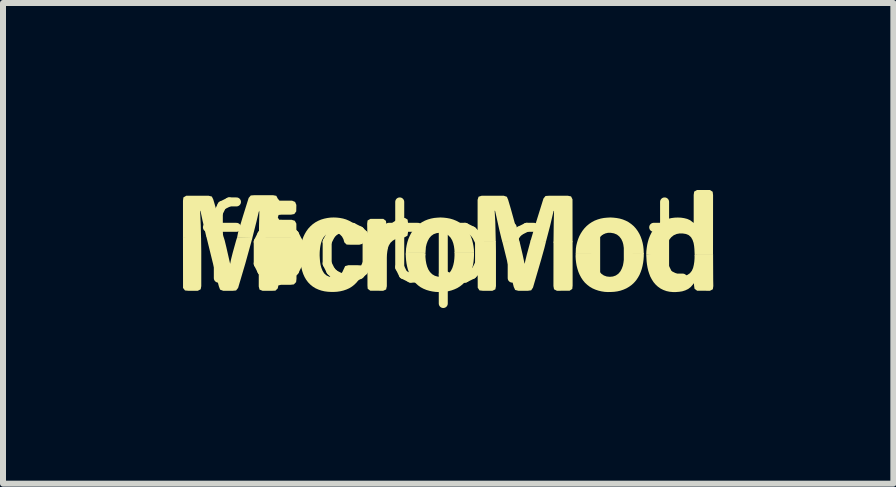
<source format=kicad_pcb>
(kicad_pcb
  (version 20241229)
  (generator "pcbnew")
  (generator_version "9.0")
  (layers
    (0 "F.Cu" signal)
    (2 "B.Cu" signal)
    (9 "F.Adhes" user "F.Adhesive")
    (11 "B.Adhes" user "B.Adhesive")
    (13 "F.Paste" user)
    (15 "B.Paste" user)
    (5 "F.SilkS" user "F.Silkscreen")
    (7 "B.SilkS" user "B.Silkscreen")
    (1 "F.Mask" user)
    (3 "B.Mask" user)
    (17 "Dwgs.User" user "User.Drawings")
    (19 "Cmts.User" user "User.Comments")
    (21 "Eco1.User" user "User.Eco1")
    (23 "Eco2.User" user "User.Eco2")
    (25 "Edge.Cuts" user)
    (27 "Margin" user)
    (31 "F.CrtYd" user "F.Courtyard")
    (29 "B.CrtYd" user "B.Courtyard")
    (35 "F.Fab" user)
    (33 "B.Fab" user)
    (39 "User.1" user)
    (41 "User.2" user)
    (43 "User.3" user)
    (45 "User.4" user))
  (footprint "footprint"
    (layer "F.Cu")
    (at 4.369 1.006)
    (property "Reference" "footprint" (at 0 0 0) (layer "F.SilkS") (effects (font (size 1.27 1.27) (thickness 0.15))))
    (fp_poly (pts (xy 2.126 0.706) (xy 2.12 0.76) (xy 2.076 0.79) (xy 1.864 0.791) (xy 1.816 0.766) (xy 1.806 0.712) (xy 1.807 -0.026) (xy 1.858 -0.033) (xy 2.125 -0.033)) (stroke (width 0) (type solid)) (fill yes) (layer "F.SilkS"))
    (fp_poly (pts (xy -4.067 -0.076) (xy -4.064 0.136) (xy -4.064 0.713) (xy -4.074 0.766) (xy -4.122 0.791) (xy -4.281 0.791) (xy -4.335 0.786) (xy -4.368 0.744) (xy -4.369 -0.101) (xy -4.1 -0.101)) (stroke (width 0) (type solid)) (fill yes) (layer "F.SilkS"))
    (fp_poly (pts (xy 0.577 -0.033) (xy 0.846 -0.033) (xy 0.848 0.131) (xy 0.848 0.714) (xy 0.838 0.767) (xy 0.789 0.791) (xy 0.629 0.791) (xy 0.574 0.785) (xy 0.544 0.74) (xy 0.541 -0.045)) (stroke (width 0) (type solid)) (fill yes) (layer "F.SilkS"))
    (fp_poly (pts (xy -0.963 0.134) (xy -0.969 0.187) (xy -0.971 0.239) (xy -0.971 0.715) (xy -0.983 0.769) (xy -1.032 0.791) (xy -1.247 0.79) (xy -1.29 0.757) (xy -1.294 0.702) (xy -1.294 0.12) (xy -1.279 0.077) (xy -0.952 0.077)) (stroke (width 0) (type solid)) (fill yes) (layer "F.SilkS"))
    (fp_poly (pts (xy -3.065 -0.101) (xy -2.479 -0.101) (xy -2.477 -0.043) (xy -2.477 0.592) (xy -2.483 0.646) (xy -2.521 0.685) (xy -2.576 0.691) (xy -2.734 0.691) (xy -2.779 0.702) (xy -2.789 0.751) (xy -2.828 0.789) (xy -2.883 0.791) (xy -3.043 0.791) (xy -3.093 0.771) (xy -3.106 0.718) (xy -3.104 -0.107)) (stroke (width 0) (type solid)) (fill yes) (layer "F.SilkS"))
    (fp_poly (pts (xy 2.1 -0.782) (xy 2.124 -0.733) (xy 2.125 -0.019) (xy 2.084 -0.022) (xy 1.822 -0.022) (xy 1.807 -0.009) (xy 1.811 -0.335) (xy 1.816 -0.541) (xy 1.809 -0.54) (xy 1.749 -0.286) (xy 1.681 -0.027) (xy 1.628 -0.022) (xy 1.468 -0.022) (xy 1.422 -0.033) (xy 1.514 -0.342) (xy 1.64 -0.747) (xy 1.674 -0.789) (xy 1.729 -0.793) (xy 2.047 -0.793)) (stroke (width 0) (type solid)) (fill yes) (layer "F.SilkS"))
    (fp_poly (pts (xy 1.03 -0.776) (xy 1.051 -0.726) (xy 1.096 -0.574) (xy 1.166 -0.321) (xy 1.243 -0.017) (xy 1.221 -0.023) (xy 0.955 -0.023) (xy 0.94 -0.076) (xy 0.903 -0.229) (xy 0.835 -0.536) (xy 0.826 -0.547) (xy 0.837 -0.354) (xy 0.845 -0.021) (xy 0.797 -0.023) (xy 0.586 -0.023) (xy 0.542 -0.037) (xy 0.542 -0.725) (xy 0.558 -0.777) (xy 0.609 -0.793) (xy 0.979 -0.793)) (stroke (width 0) (type solid)) (fill yes) (layer "F.SilkS"))
    (fp_poly (pts (xy -3.888 -0.78) (xy -3.864 -0.731) (xy -3.834 -0.629) (xy -3.762 -0.373) (xy -3.69 -0.096) (xy -3.728 -0.091) (xy -3.942 -0.091) (xy -3.981 -0.114) (xy -4.042 -0.375) (xy -4.075 -0.53) (xy -4.085 -0.547) (xy -4.08 -0.463) (xy -4.073 -0.304) (xy -4.069 -0.145) (xy -4.067 -0.07) (xy -4.342 -0.091) (xy -4.369 -0.09) (xy -4.369 -0.711) (xy -4.362 -0.765) (xy -4.315 -0.793) (xy -3.941 -0.793)) (stroke (width 0) (type solid)) (fill yes) (layer "F.SilkS"))
    (fp_poly (pts (xy -3.69 -0.101) (xy -3.673 -0.046) (xy -3.648 0.057) (xy -3.583 0.342) (xy -3.566 0.26) (xy -3.54 0.157) (xy -3.483 -0.048) (xy -3.466 -0.101) (xy -3.248 -0.101) (xy -3.215 -0.079) (xy -3.329 0.334) (xy -3.45 0.743) (xy -3.484 0.786) (xy -3.538 0.791) (xy -3.699 0.791) (xy -3.75 0.772) (xy -3.77 0.72) (xy -3.797 0.617) (xy -3.876 0.308) (xy -3.965 -0.054) (xy -3.981 -0.119)) (stroke (width 0) (type solid)) (fill yes) (layer "F.SilkS"))
    (fp_poly (pts (xy 1.466 -0.033) (xy 1.683 -0.033) (xy 1.656 0.076) (xy 1.599 0.28) (xy 1.465 0.738) (xy 1.435 0.783) (xy 1.381 0.791) (xy 1.221 0.791) (xy 1.168 0.777) (xy 1.145 0.727) (xy 1.065 0.42) (xy 0.976 0.06) (xy 0.953 -0.032) (xy 0.976 -0.033) (xy 1.188 -0.033) (xy 1.242 -0.028) (xy 1.291 0.181) (xy 1.324 0.335) (xy 1.328 0.337) (xy 1.337 0.292) (xy 1.362 0.189) (xy 1.426 -0.047)) (stroke (width 0) (type solid)) (fill yes) (layer "F.SilkS"))
    (fp_poly (pts (xy -0.625 -0.396) (xy -0.618 -0.341) (xy -0.618 -0.182) (xy -0.627 -0.128) (xy -0.674 -0.101) (xy -0.727 -0.096) (xy -0.779 -0.087) (xy -0.828 -0.07) (xy -0.873 -0.044) (xy -0.91 -0.009) (xy -0.937 0.035) (xy -0.957 0.087) (xy -1.274 0.087) (xy -1.294 0.156) (xy -1.297 -0.221) (xy -1.299 -0.327) (xy -1.292 -0.381) (xy -1.244 -0.408) (xy -1.03 -0.408) (xy -0.986 -0.375) (xy -0.979 -0.32) (xy -0.977 -0.224) (xy -0.971 -0.228) (xy -0.944 -0.273) (xy -0.91 -0.314) (xy -0.87 -0.349) (xy -0.825 -0.379) (xy -0.776 -0.401) (xy -0.725 -0.415) (xy -0.671 -0.424)) (stroke (width 0) (type solid)) (fill yes) (layer "F.SilkS"))
    (fp_poly (pts (xy -2.813 -0.792) (xy -2.789 -0.745) (xy -2.76 -0.711) (xy -2.55 -0.711) (xy -2.5 -0.69) (xy -2.479 -0.64) (xy -2.481 -0.532) (xy -2.514 -0.488) (xy -2.567 -0.478) (xy -2.726 -0.478) (xy -2.775 -0.473) (xy -2.788 -0.431) (xy -2.766 -0.393) (xy -2.557 -0.392) (xy -2.505 -0.376) (xy -2.479 -0.328) (xy -2.479 -0.094) (xy -2.517 -0.091) (xy -3.104 -0.091) (xy -3.101 -0.307) (xy -3.096 -0.518) (xy -3.098 -0.544) (xy -3.107 -0.52) (xy -3.143 -0.366) (xy -3.219 -0.066) (xy -3.256 -0.091) (xy -3.467 -0.096) (xy -3.456 -0.153) (xy -3.446 -0.2) (xy -3.369 -0.453) (xy -3.274 -0.757) (xy -3.239 -0.798) (xy -3.184 -0.802) (xy -2.866 -0.802)) (stroke (width 0) (type solid)) (fill yes) (layer "F.SilkS"))
    (fp_poly (pts (xy -1.805 -0.429) (xy -1.753 -0.423) (xy -1.701 -0.413) (xy -1.65 -0.398) (xy -1.601 -0.377) (xy -1.554 -0.351) (xy -1.512 -0.319) (xy -1.473 -0.282) (xy -1.44 -0.241) (xy -1.412 -0.196) (xy -1.389 -0.148) (xy -1.372 -0.097) (xy -1.36 -0.044) (xy -1.376 0.008) (xy -1.428 0.023) (xy -1.586 0.023) (xy -1.641 0.021) (xy -1.679 -0.016) (xy -1.694 -0.068) (xy -1.718 -0.113) (xy -1.754 -0.15) (xy -1.799 -0.173) (xy -1.849 -0.182) (xy -1.901 -0.18) (xy -1.95 -0.165) (xy -1.993 -0.138) (xy -2.026 -0.099) (xy -2.051 -0.054) (xy -2.068 -0.005) (xy -2.079 0.046) (xy -2.087 0.102) (xy -2.412 0.103) (xy -2.405 0.045) (xy -2.395 -0.007) (xy -2.38 -0.058) (xy -2.362 -0.108) (xy -2.339 -0.156) (xy -2.312 -0.202) (xy -2.281 -0.245) (xy -2.245 -0.284) (xy -2.206 -0.319) (xy -2.162 -0.35) (xy -2.116 -0.375) (xy -2.067 -0.396) (xy -2.016 -0.411) (xy -1.964 -0.422) (xy -1.911 -0.429) (xy -1.858 -0.431)) (stroke (width 0) (type solid)) (fill yes) (layer "F.SilkS"))
    (fp_poly (pts (xy 4.46 -0.86) (xy 4.467 -0.805) (xy 4.466 0.191) (xy 4.445 0.19) (xy 4.183 0.19) (xy 4.161 0.214) (xy 4.156 0.097) (xy 4.151 0.044) (xy 4.142 -0.007) (xy 4.125 -0.057) (xy 4.1 -0.101) (xy 4.062 -0.136) (xy 4.014 -0.156) (xy 3.963 -0.164) (xy 3.911 -0.165) (xy 3.86 -0.156) (xy 3.813 -0.136) (xy 3.772 -0.104) (xy 3.739 -0.064) (xy 3.716 -0.018) (xy 3.699 0.032) (xy 3.689 0.083) (xy 3.683 0.234) (xy 3.409 0.191) (xy 3.353 0.189) (xy 3.355 0.131) (xy 3.361 0.078) (xy 3.369 0.025) (xy 3.381 -0.027) (xy 3.396 -0.078) (xy 3.416 -0.128) (xy 3.439 -0.175) (xy 3.467 -0.221) (xy 3.499 -0.264) (xy 3.536 -0.302) (xy 3.577 -0.337) (xy 3.622 -0.366) (xy 3.669 -0.39) (xy 3.72 -0.409) (xy 3.772 -0.421) (xy 3.825 -0.428) (xy 3.878 -0.43) (xy 3.931 -0.428) (xy 3.984 -0.42) (xy 4.036 -0.407) (xy 4.085 -0.385) (xy 4.144 -0.34) (xy 4.144 -0.807) (xy 4.152 -0.862) (xy 4.199 -0.889) (xy 4.414 -0.889)) (stroke (width 0) (type solid)) (fill yes) (layer "F.SilkS"))
    (fp_poly (pts (xy -2.09 0.15) (xy -2.091 0.203) (xy -2.088 0.255) (xy -2.084 0.307) (xy -2.076 0.358) (xy -2.062 0.408) (xy -2.043 0.456) (xy -2.016 0.5) (xy -1.978 0.534) (xy -1.932 0.556) (xy -1.882 0.564) (xy -1.831 0.562) (xy -1.782 0.547) (xy -1.741 0.517) (xy -1.711 0.476) (xy -1.666 0.38) (xy -1.614 0.365) (xy -1.456 0.365) (xy -1.401 0.368) (xy -1.365 0.409) (xy -1.374 0.463) (xy -1.391 0.513) (xy -1.413 0.561) (xy -1.44 0.607) (xy -1.472 0.649) (xy -1.51 0.687) (xy -1.551 0.72) (xy -1.596 0.748) (xy -1.645 0.77) (xy -1.695 0.787) (xy -1.746 0.799) (xy -1.799 0.807) (xy -1.851 0.81) (xy -1.904 0.81) (xy -1.957 0.807) (xy -2.009 0.8) (xy -2.061 0.788) (xy -2.111 0.771) (xy -2.16 0.749) (xy -2.205 0.721) (xy -2.246 0.688) (xy -2.283 0.65) (xy -2.315 0.608) (xy -2.342 0.562) (xy -2.364 0.513) (xy -2.381 0.463) (xy -2.394 0.412) (xy -2.404 0.36) (xy -2.411 0.308) (xy -2.415 0.255) (xy -2.417 0.203) (xy -2.415 0.15) (xy -2.411 0.093) (xy -2.086 0.093)) (stroke (width 0) (type solid)) (fill yes) (layer "F.SilkS"))
    (fp_poly (pts (xy 4.469 0.607) (xy 4.471 0.712) (xy 4.463 0.766) (xy 4.415 0.791) (xy 4.201 0.79) (xy 4.158 0.757) (xy 4.15 0.703) (xy 4.148 0.664) (xy 4.13 0.688) (xy 4.095 0.728) (xy 4.052 0.761) (xy 4.004 0.784) (xy 3.953 0.8) (xy 3.901 0.808) (xy 3.848 0.812) (xy 3.795 0.812) (xy 3.742 0.807) (xy 3.69 0.796) (xy 3.64 0.778) (xy 3.592 0.754) (xy 3.548 0.723) (xy 3.509 0.687) (xy 3.475 0.647) (xy 3.446 0.602) (xy 3.421 0.555) (xy 3.402 0.505) (xy 3.386 0.455) (xy 3.374 0.403) (xy 3.365 0.351) (xy 3.359 0.298) (xy 3.353 0.188) (xy 3.404 0.18) (xy 3.672 0.18) (xy 3.684 0.227) (xy 3.688 0.28) (xy 3.697 0.331) (xy 3.71 0.382) (xy 3.73 0.43) (xy 3.757 0.473) (xy 3.793 0.51) (xy 3.838 0.535) (xy 3.888 0.548) (xy 3.939 0.549) (xy 3.991 0.543) (xy 4.039 0.527) (xy 4.081 0.498) (xy 4.113 0.458) (xy 4.134 0.41) (xy 4.146 0.36) (xy 4.154 0.308) (xy 4.158 0.256) (xy 4.159 0.201) (xy 4.197 0.18) (xy 4.467 0.18)) (stroke (width 0) (type solid)) (fill yes) (layer "F.SilkS"))
    (fp_poly (pts (xy -0.022 -0.428) (xy 0.03 -0.422) (xy 0.083 -0.412) (xy 0.134 -0.397) (xy 0.184 -0.377) (xy 0.231 -0.352) (xy 0.275 -0.322) (xy 0.315 -0.286) (xy 0.351 -0.247) (xy 0.382 -0.204) (xy 0.409 -0.157) (xy 0.432 -0.109) (xy 0.45 -0.059) (xy 0.463 -0.007) (xy 0.473 0.045) (xy 0.48 0.098) (xy 0.483 0.156) (xy 0.427 0.159) (xy 0.158 0.159) (xy 0.155 0.101) (xy 0.148 0.049) (xy 0.136 -0.002) (xy 0.118 -0.05) (xy 0.091 -0.095) (xy 0.056 -0.132) (xy 0.011 -0.158) (xy -0.038 -0.172) (xy -0.09 -0.176) (xy -0.141 -0.17) (xy -0.19 -0.153) (xy -0.232 -0.123) (xy -0.265 -0.084) (xy -0.29 -0.038) (xy -0.308 0.011) (xy -0.32 0.062) (xy -0.33 0.207) (xy -0.35 0.159) (xy -0.61 0.159) (xy -0.656 0.183) (xy -0.65 0.086) (xy -0.641 0.034) (xy -0.629 -0.018) (xy -0.613 -0.069) (xy -0.592 -0.118) (xy -0.568 -0.166) (xy -0.539 -0.211) (xy -0.506 -0.252) (xy -0.468 -0.291) (xy -0.427 -0.325) (xy -0.383 -0.354) (xy -0.335 -0.379) (xy -0.286 -0.398) (xy -0.234 -0.413) (xy -0.182 -0.423) (xy -0.129 -0.428) (xy -0.076 -0.431)) (stroke (width 0) (type solid)) (fill yes) (layer "F.SilkS"))
    (fp_poly (pts (xy 2.807 -0.428) (xy 2.86 -0.422) (xy 2.913 -0.412) (xy 2.964 -0.397) (xy 3.013 -0.377) (xy 3.06 -0.352) (xy 3.104 -0.321) (xy 3.145 -0.286) (xy 3.181 -0.246) (xy 3.212 -0.203) (xy 3.239 -0.157) (xy 3.261 -0.109) (xy 3.279 -0.058) (xy 3.293 -0.007) (xy 3.303 0.046) (xy 3.309 0.099) (xy 3.312 0.175) (xy 3.27 0.173) (xy 3.006 0.173) (xy 2.988 0.176) (xy 2.982 0.075) (xy 2.973 0.024) (xy 2.958 -0.026) (xy 2.936 -0.073) (xy 2.904 -0.114) (xy 2.864 -0.146) (xy 2.816 -0.166) (xy 2.765 -0.175) (xy 2.713 -0.175) (xy 2.663 -0.163) (xy 2.618 -0.139) (xy 2.58 -0.104) (xy 2.55 -0.061) (xy 2.529 -0.014) (xy 2.515 0.037) (xy 2.506 0.088) (xy 2.501 0.175) (xy 2.47 0.172) (xy 2.205 0.172) (xy 2.177 0.169) (xy 2.18 0.087) (xy 2.188 0.034) (xy 2.201 -0.018) (xy 2.217 -0.069) (xy 2.237 -0.118) (xy 2.262 -0.165) (xy 2.291 -0.21) (xy 2.324 -0.252) (xy 2.361 -0.29) (xy 2.402 -0.324) (xy 2.447 -0.354) (xy 2.494 -0.379) (xy 2.544 -0.398) (xy 2.595 -0.413) (xy 2.648 -0.423) (xy 2.701 -0.428) (xy 2.754 -0.431)) (stroke (width 0) (type solid)) (fill yes) (layer "F.SilkS"))
    (fp_poly (pts (xy 3.312 0.22) (xy 3.308 0.273) (xy 3.301 0.325) (xy 3.291 0.377) (xy 3.278 0.428) (xy 3.261 0.478) (xy 3.24 0.527) (xy 3.214 0.573) (xy 3.184 0.617) (xy 3.149 0.657) (xy 3.11 0.693) (xy 3.067 0.724) (xy 3.021 0.751) (xy 2.973 0.772) (xy 2.923 0.789) (xy 2.871 0.801) (xy 2.819 0.808) (xy 2.766 0.811) (xy 2.713 0.812) (xy 2.66 0.809) (xy 2.608 0.801) (xy 2.557 0.789) (xy 2.506 0.772) (xy 2.458 0.751) (xy 2.412 0.724) (xy 2.37 0.692) (xy 2.331 0.656) (xy 2.297 0.615) (xy 2.268 0.571) (xy 2.243 0.524) (xy 2.222 0.475) (xy 2.206 0.425) (xy 2.193 0.374) (xy 2.184 0.322) (xy 2.178 0.269) (xy 2.175 0.216) (xy 2.178 0.162) (xy 2.446 0.162) (xy 2.501 0.165) (xy 2.502 0.222) (xy 2.506 0.274) (xy 2.514 0.326) (xy 2.526 0.376) (xy 2.545 0.424) (xy 2.571 0.469) (xy 2.605 0.507) (xy 2.647 0.536) (xy 2.695 0.553) (xy 2.747 0.558) (xy 2.798 0.553) (xy 2.846 0.536) (xy 2.888 0.507) (xy 2.921 0.468) (xy 2.945 0.423) (xy 2.963 0.374) (xy 2.975 0.323) (xy 2.983 0.272) (xy 2.987 0.22) (xy 2.987 0.162) (xy 3.313 0.162)) (stroke (width 0) (type solid)) (fill yes) (layer "F.SilkS"))
    (fp_poly (pts (xy 0.482 0.206) (xy 0.479 0.259) (xy 0.474 0.312) (xy 0.465 0.364) (xy 0.452 0.415) (xy 0.436 0.465) (xy 0.416 0.514) (xy 0.391 0.561) (xy 0.362 0.606) (xy 0.329 0.647) (xy 0.291 0.684) (xy 0.249 0.717) (xy 0.204 0.745) (xy 0.156 0.767) (xy 0.106 0.785) (xy 0.055 0.798) (xy 0.003 0.807) (xy -0.05 0.811) (xy -0.103 0.812) (xy -0.156 0.81) (xy -0.208 0.803) (xy -0.26 0.792) (xy -0.311 0.777) (xy -0.36 0.757) (xy -0.407 0.732) (xy -0.45 0.701) (xy -0.489 0.665) (xy -0.524 0.625) (xy -0.555 0.582) (xy -0.581 0.536) (xy -0.602 0.487) (xy -0.62 0.437) (xy -0.633 0.386) (xy -0.643 0.334) (xy -0.65 0.282) (xy -0.654 0.229) (xy -0.656 0.174) (xy -0.622 0.149) (xy -0.355 0.149) (xy -0.329 0.181) (xy -0.327 0.235) (xy -0.322 0.287) (xy -0.313 0.338) (xy -0.299 0.388) (xy -0.279 0.436) (xy -0.251 0.479) (xy -0.215 0.515) (xy -0.171 0.541) (xy -0.122 0.555) (xy -0.07 0.558) (xy -0.02 0.55) (xy 0.027 0.53) (xy 0.067 0.498) (xy 0.098 0.457) (xy 0.121 0.411) (xy 0.137 0.361) (xy 0.148 0.31) (xy 0.154 0.259) (xy 0.157 0.207) (xy 0.157 0.149) (xy 0.482 0.149)) (stroke (width 0) (type solid)) (fill yes) (layer "F.SilkS")))
  (gr_rect
    (start -3 -3)
    (end 11.841 5.012)
    (stroke (width 0.1) (type default))
    (fill no)
    (layer "Edge.Cuts")))
</source>
